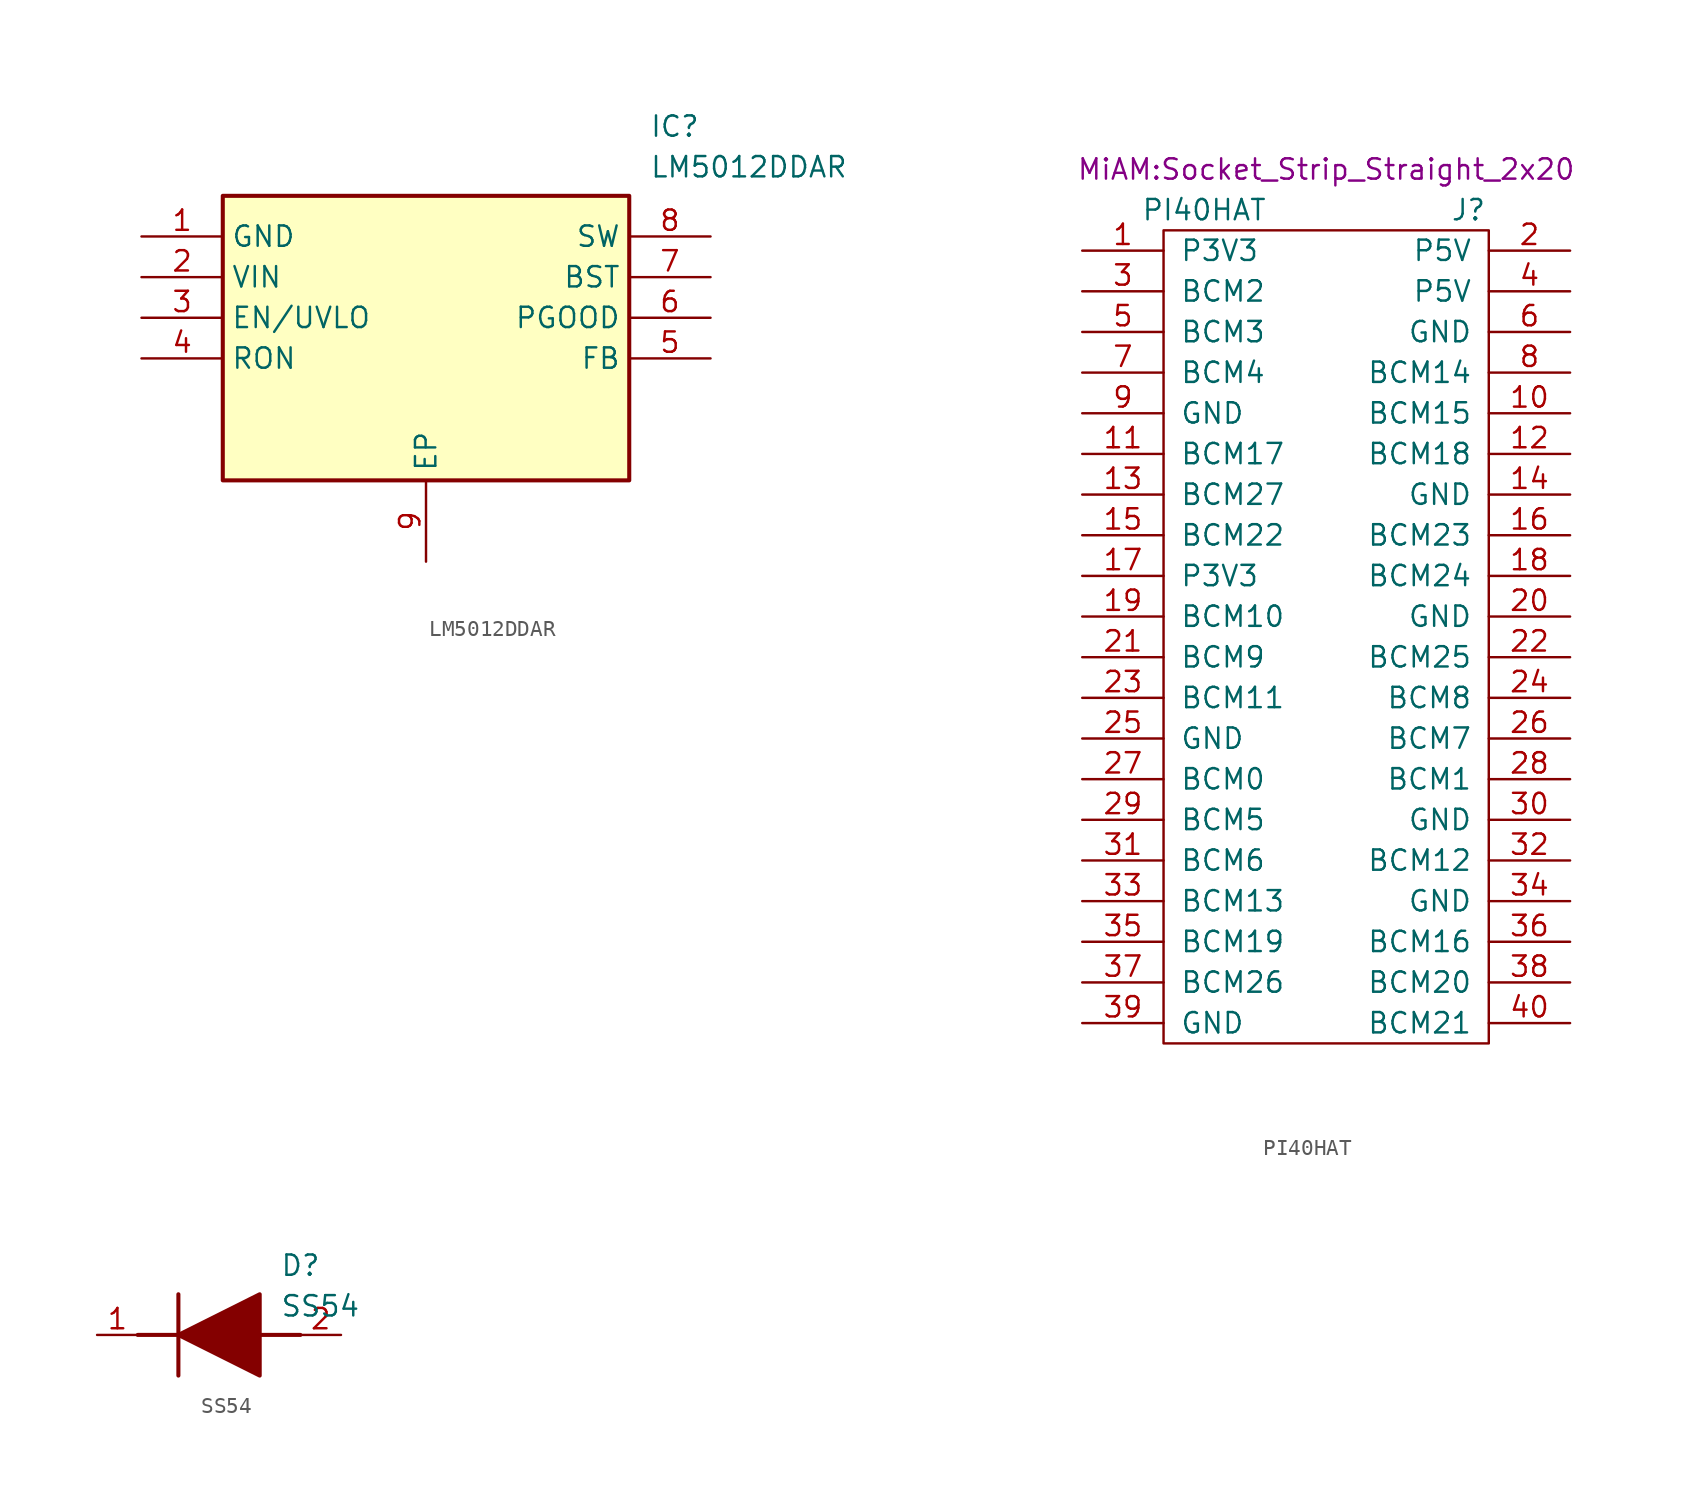
<source format=kicad_sym>
(kicad_symbol_lib
  (version 20231120)
  (generator "kicad_symbol_editor")
  (generator_version "8.0")
  (symbol "LM5012DDAR"
    (property "Reference" "IC"
      (at 31.75 7.62 0)
      (effects (font (size 1.27 1.27)) (justify left top)))
    (property "Value" "LM5012DDAR"
      (at 31.75 5.08 0)
      (effects (font (size 1.27 1.27)) (justify left top)))
    (rectangle
      (start 5.08 2.54)
      (end 30.48 -15.24)
      (stroke (width 0.254) (type default))
      (fill (type background)))
    (pin passive line
      (at 0 0 0)
      (length 5.08)
      (name "GND" (effects (font (size 1.27 1.27))))
      (number "1" (effects (font (size 1.27 1.27)))))
    (pin passive line
      (at 0 -2.54 0)
      (length 5.08)
      (name "VIN" (effects (font (size 1.27 1.27))))
      (number "2" (effects (font (size 1.27 1.27)))))
    (pin passive line
      (at 0 -5.08 0)
      (length 5.08)
      (name "EN/UVLO" (effects (font (size 1.27 1.27))))
      (number "3" (effects (font (size 1.27 1.27)))))
    (pin passive line
      (at 0 -7.62 0)
      (length 5.08)
      (name "RON" (effects (font (size 1.27 1.27))))
      (number "4" (effects (font (size 1.27 1.27)))))
    (pin passive line
      (at 17.78 -20.32 90)
      (length 5.08)
      (name "EP" (effects (font (size 1.27 1.27))))
      (number "9" (effects (font (size 1.27 1.27)))))
    (pin passive line
      (at 35.56 0 180)
      (length 5.08)
      (name "SW" (effects (font (size 1.27 1.27))))
      (number "8" (effects (font (size 1.27 1.27)))))
    (pin passive line
      (at 35.56 -2.54 180)
      (length 5.08)
      (name "BST" (effects (font (size 1.27 1.27))))
      (number "7" (effects (font (size 1.27 1.27)))))
    (pin passive line
      (at 35.56 -5.08 180)
      (length 5.08)
      (name "PGOOD" (effects (font (size 1.27 1.27))))
      (number "6" (effects (font (size 1.27 1.27)))))
    (pin passive line
      (at 35.56 -7.62 180)
      (length 5.08)
      (name "FB" (effects (font (size 1.27 1.27))))
      (number "5" (effects (font (size 1.27 1.27))))))
  (symbol "PI40HAT"
    (pin_names
      (offset 1.016))
    (property "Reference" "J"
      (at 8.89 2.54 0)
      (effects (font (size 1.27 1.27))))
    (property "Value" "PI40HAT"
      (at -7.62 2.54 0)
      (effects (font (size 1.27 1.27))))
    (property "Footprint" "MiAM:Socket_Strip_Straight_2x20"
      (at 0 5.08 0)
      (effects (font (size 1.27 1.27))))
    (property "Datasheet" ""
      (at -17.78 0 0)
      (effects (font (size 1.27 1.27))))
    (symbol "PI40HAT_0_1"
      (rectangle (start -10.16 1.27) (end 10.16 -49.53) (stroke (width 0) (type default)) (fill (type none))))
    (symbol "PI40HAT_1_1"
      (pin passive line (at -15.24 0 0) (length 5.08) (name "P3V3" (effects (font (size 1.27 1.27)))) (number "1" (effects (font (size 1.27 1.27)))))
      (pin passive line (at 15.24 -10.16 180) (length 5.08) (name "BCM15" (effects (font (size 1.27 1.27)))) (number "10" (effects (font (size 1.27 1.27)))))
      (pin passive line (at -15.24 -12.7 0) (length 5.08) (name "BCM17" (effects (font (size 1.27 1.27)))) (number "11" (effects (font (size 1.27 1.27)))))
      (pin passive line (at 15.24 -12.7 180) (length 5.08) (name "BCM18" (effects (font (size 1.27 1.27)))) (number "12" (effects (font (size 1.27 1.27)))))
      (pin passive line (at -15.24 -15.24 0) (length 5.08) (name "BCM27" (effects (font (size 1.27 1.27)))) (number "13" (effects (font (size 1.27 1.27)))))
      (pin passive line (at 15.24 -15.24 180) (length 5.08) (name "GND" (effects (font (size 1.27 1.27)))) (number "14" (effects (font (size 1.27 1.27)))))
      (pin passive line (at -15.24 -17.78 0) (length 5.08) (name "BCM22" (effects (font (size 1.27 1.27)))) (number "15" (effects (font (size 1.27 1.27)))))
      (pin passive line (at 15.24 -17.78 180) (length 5.08) (name "BCM23" (effects (font (size 1.27 1.27)))) (number "16" (effects (font (size 1.27 1.27)))))
      (pin passive line (at -15.24 -20.32 0) (length 5.08) (name "P3V3" (effects (font (size 1.27 1.27)))) (number "17" (effects (font (size 1.27 1.27)))))
      (pin passive line (at 15.24 -20.32 180) (length 5.08) (name "BCM24" (effects (font (size 1.27 1.27)))) (number "18" (effects (font (size 1.27 1.27)))))
      (pin passive line (at -15.24 -22.86 0) (length 5.08) (name "BCM10" (effects (font (size 1.27 1.27)))) (number "19" (effects (font (size 1.27 1.27)))))
      (pin passive line (at 15.24 0 180) (length 5.08) (name "P5V" (effects (font (size 1.27 1.27)))) (number "2" (effects (font (size 1.27 1.27)))))
      (pin passive line (at 15.24 -22.86 180) (length 5.08) (name "GND" (effects (font (size 1.27 1.27)))) (number "20" (effects (font (size 1.27 1.27)))))
      (pin passive line (at -15.24 -25.4 0) (length 5.08) (name "BCM9" (effects (font (size 1.27 1.27)))) (number "21" (effects (font (size 1.27 1.27)))))
      (pin passive line (at 15.24 -25.4 180) (length 5.08) (name "BCM25" (effects (font (size 1.27 1.27)))) (number "22" (effects (font (size 1.27 1.27)))))
      (pin passive line (at -15.24 -27.94 0) (length 5.08) (name "BCM11" (effects (font (size 1.27 1.27)))) (number "23" (effects (font (size 1.27 1.27)))))
      (pin passive line (at 15.24 -27.94 180) (length 5.08) (name "BCM8" (effects (font (size 1.27 1.27)))) (number "24" (effects (font (size 1.27 1.27)))))
      (pin passive line (at -15.24 -30.48 0) (length 5.08) (name "GND" (effects (font (size 1.27 1.27)))) (number "25" (effects (font (size 1.27 1.27)))))
      (pin passive line (at 15.24 -30.48 180) (length 5.08) (name "BCM7" (effects (font (size 1.27 1.27)))) (number "26" (effects (font (size 1.27 1.27)))))
      (pin passive line (at -15.24 -33.02 0) (length 5.08) (name "BCM0" (effects (font (size 1.27 1.27)))) (number "27" (effects (font (size 1.27 1.27)))))
      (pin passive line (at 15.24 -33.02 180) (length 5.08) (name "BCM1" (effects (font (size 1.27 1.27)))) (number "28" (effects (font (size 1.27 1.27)))))
      (pin passive line (at -15.24 -35.56 0) (length 5.08) (name "BCM5" (effects (font (size 1.27 1.27)))) (number "29" (effects (font (size 1.27 1.27)))))
      (pin passive line (at -15.24 -2.54 0) (length 5.08) (name "BCM2" (effects (font (size 1.27 1.27)))) (number "3" (effects (font (size 1.27 1.27)))))
      (pin passive line (at 15.24 -35.56 180) (length 5.08) (name "GND" (effects (font (size 1.27 1.27)))) (number "30" (effects (font (size 1.27 1.27)))))
      (pin passive line (at -15.24 -38.1 0) (length 5.08) (name "BCM6" (effects (font (size 1.27 1.27)))) (number "31" (effects (font (size 1.27 1.27)))))
      (pin passive line (at 15.24 -38.1 180) (length 5.08) (name "BCM12" (effects (font (size 1.27 1.27)))) (number "32" (effects (font (size 1.27 1.27)))))
      (pin passive line (at -15.24 -40.64 0) (length 5.08) (name "BCM13" (effects (font (size 1.27 1.27)))) (number "33" (effects (font (size 1.27 1.27)))))
      (pin passive line (at 15.24 -40.64 180) (length 5.08) (name "GND" (effects (font (size 1.27 1.27)))) (number "34" (effects (font (size 1.27 1.27)))))
      (pin passive line (at -15.24 -43.18 0) (length 5.08) (name "BCM19" (effects (font (size 1.27 1.27)))) (number "35" (effects (font (size 1.27 1.27)))))
      (pin passive line (at 15.24 -43.18 180) (length 5.08) (name "BCM16" (effects (font (size 1.27 1.27)))) (number "36" (effects (font (size 1.27 1.27)))))
      (pin passive line (at -15.24 -45.72 0) (length 5.08) (name "BCM26" (effects (font (size 1.27 1.27)))) (number "37" (effects (font (size 1.27 1.27)))))
      (pin passive line (at 15.24 -45.72 180) (length 5.08) (name "BCM20" (effects (font (size 1.27 1.27)))) (number "38" (effects (font (size 1.27 1.27)))))
      (pin passive line (at -15.24 -48.26 0) (length 5.08) (name "GND" (effects (font (size 1.27 1.27)))) (number "39" (effects (font (size 1.27 1.27)))))
      (pin passive line (at 15.24 -2.54 180) (length 5.08) (name "P5V" (effects (font (size 1.27 1.27)))) (number "4" (effects (font (size 1.27 1.27)))))
      (pin passive line (at 15.24 -48.26 180) (length 5.08) (name "BCM21" (effects (font (size 1.27 1.27)))) (number "40" (effects (font (size 1.27 1.27)))))
      (pin passive line (at -15.24 -5.08 0) (length 5.08) (name "BCM3" (effects (font (size 1.27 1.27)))) (number "5" (effects (font (size 1.27 1.27)))))
      (pin passive line (at 15.24 -5.08 180) (length 5.08) (name "GND" (effects (font (size 1.27 1.27)))) (number "6" (effects (font (size 1.27 1.27)))))
      (pin passive line (at -15.24 -7.62 0) (length 5.08) (name "BCM4" (effects (font (size 1.27 1.27)))) (number "7" (effects (font (size 1.27 1.27)))))
      (pin passive line (at 15.24 -7.62 180) (length 5.08) (name "BCM14" (effects (font (size 1.27 1.27)))) (number "8" (effects (font (size 1.27 1.27)))))
      (pin passive line (at -15.24 -10.16 0) (length 5.08) (name "GND" (effects (font (size 1.27 1.27)))) (number "9" (effects (font (size 1.27 1.27)))))))
  (symbol "SS54"
    (pin_names hide)
    (property "Reference" "D"
      (at 11.43 5.08 0)
      (effects (font (size 1.27 1.27)) (justify left top)))
    (property "Value" "SS54"
      (at 11.43 2.54 0)
      (effects (font (size 1.27 1.27)) (justify left top)))
    (polyline
      (pts (xy 5.08 2.54) (xy 5.08 -2.54))
      (stroke (width 0.254) (type default))
      (fill (type none)))
    (polyline
      (pts (xy 2.54 0) (xy 5.08 0))
      (stroke (width 0.254) (type default))
      (fill (type none)))
    (polyline
      (pts (xy 10.16 0) (xy 12.7 0))
      (stroke (width 0.254) (type default))
      (fill (type none)))
    (polyline
      (pts (xy 5.08 0) (xy 10.16 2.54) (xy 10.16 -2.54) (xy 5.08 0))
      (stroke (width 0.254) (type default))
      (fill (type outline)))
    (pin passive line
      (at 0 0 0)
      (length 2.54)
      (name "K" (effects (font (size 1.27 1.27))))
      (number "1" (effects (font (size 1.27 1.27)))))
    (pin passive line
      (at 15.24 0 180)
      (length 2.54)
      (name "A" (effects (font (size 1.27 1.27))))
      (number "2" (effects (font (size 1.27 1.27)))))))
</source>
